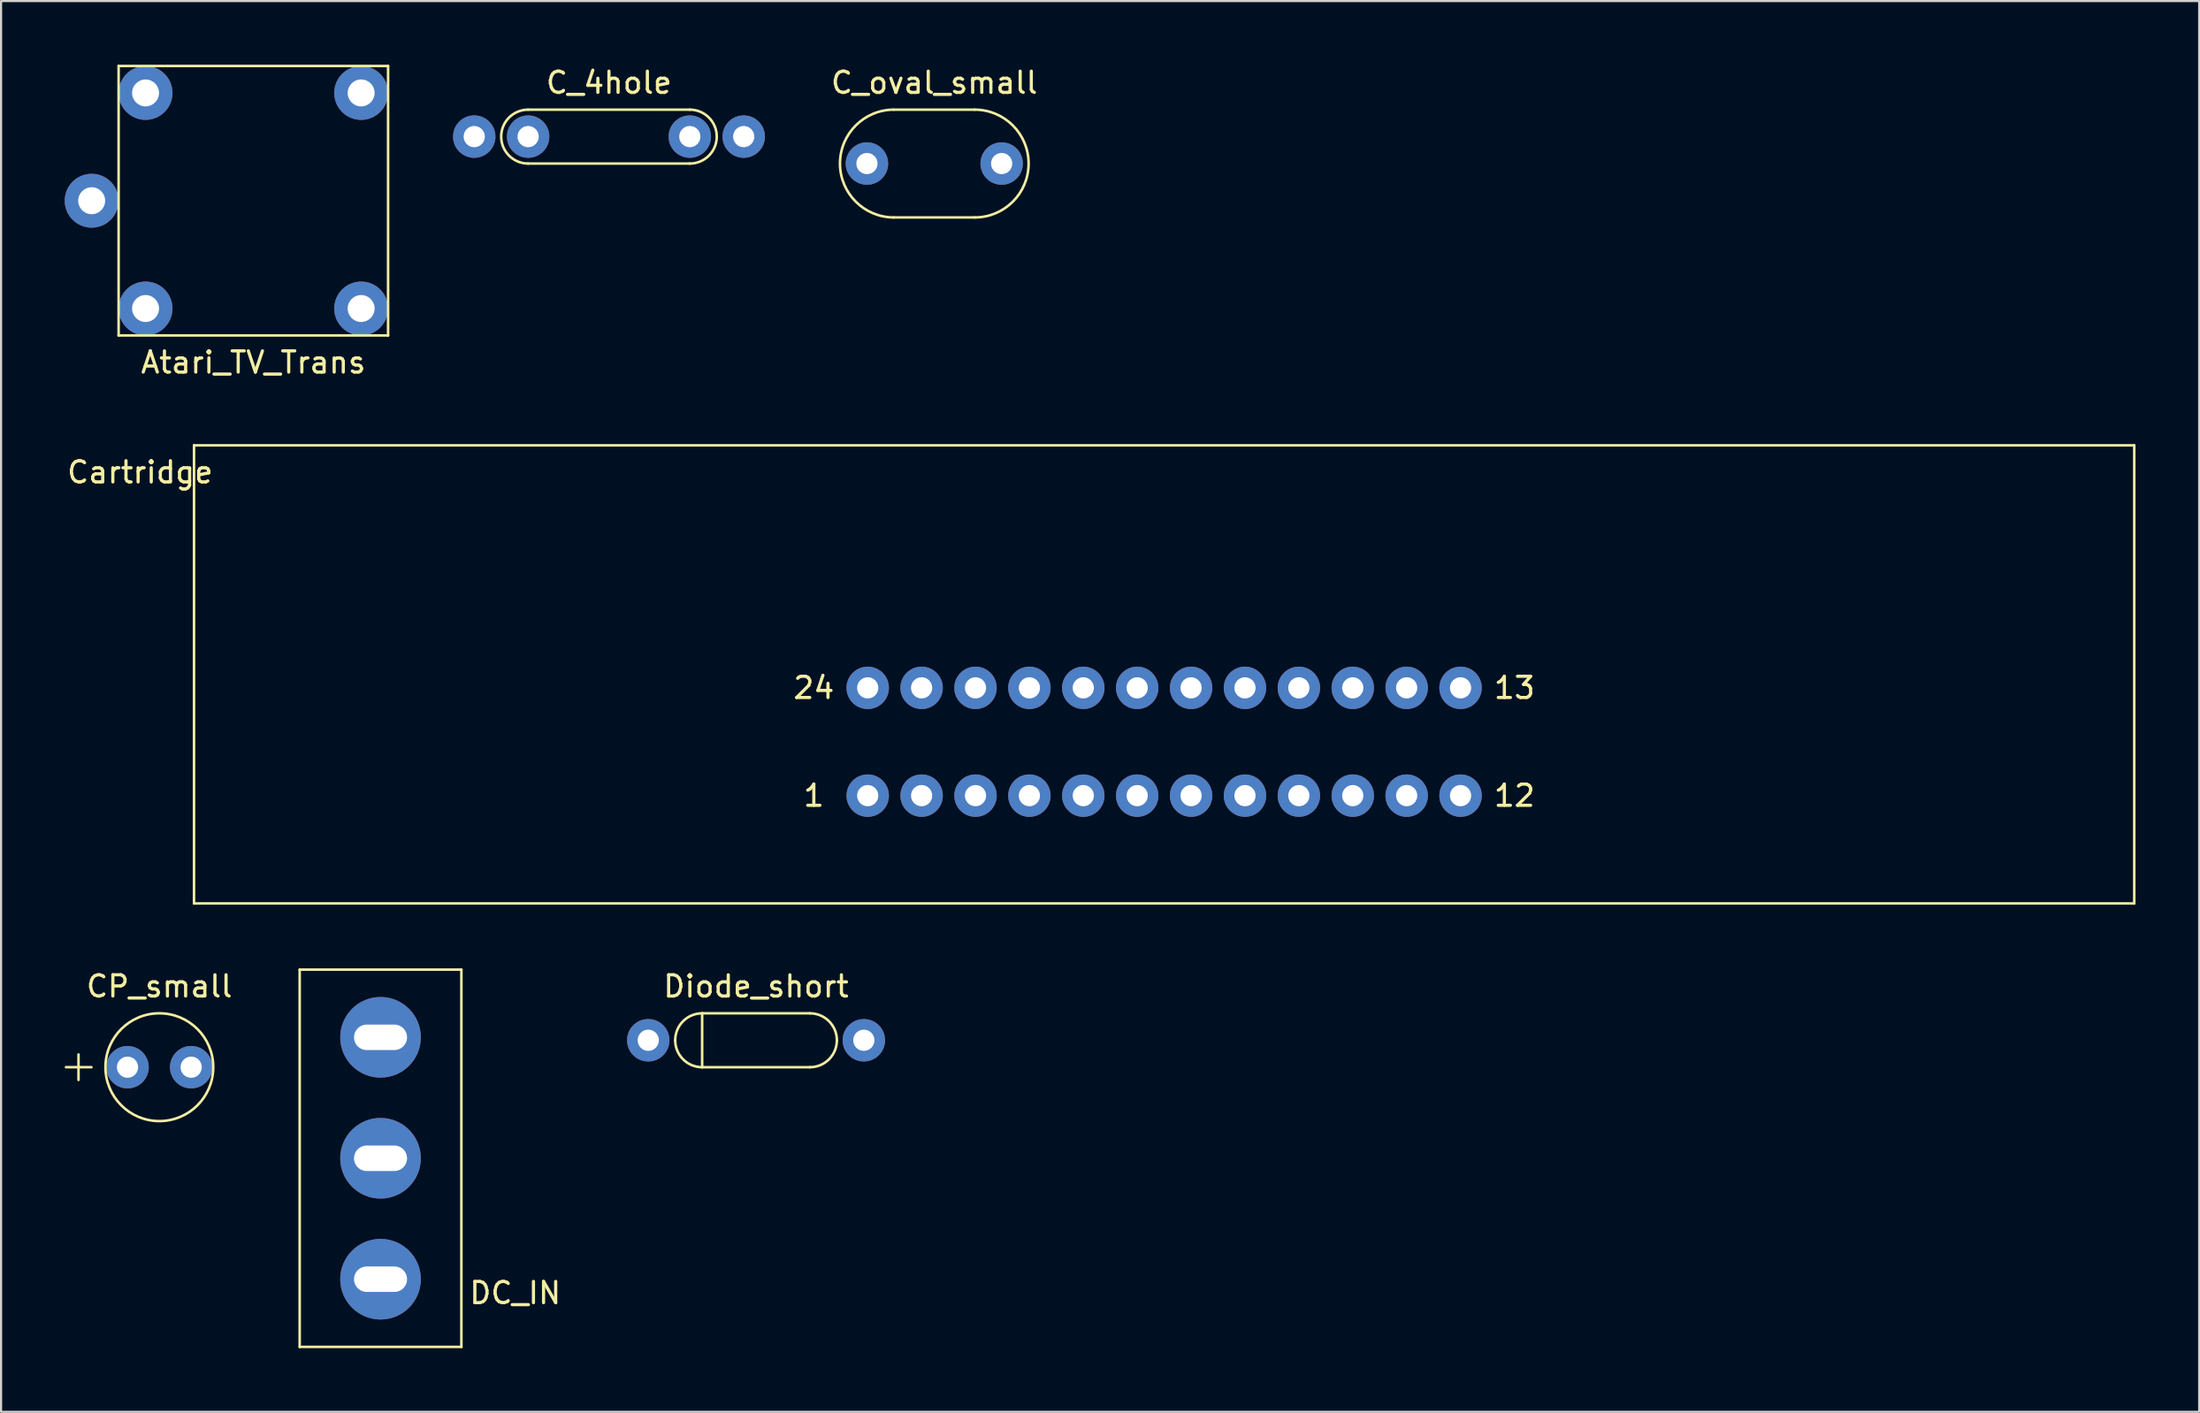
<source format=kicad_pcb>
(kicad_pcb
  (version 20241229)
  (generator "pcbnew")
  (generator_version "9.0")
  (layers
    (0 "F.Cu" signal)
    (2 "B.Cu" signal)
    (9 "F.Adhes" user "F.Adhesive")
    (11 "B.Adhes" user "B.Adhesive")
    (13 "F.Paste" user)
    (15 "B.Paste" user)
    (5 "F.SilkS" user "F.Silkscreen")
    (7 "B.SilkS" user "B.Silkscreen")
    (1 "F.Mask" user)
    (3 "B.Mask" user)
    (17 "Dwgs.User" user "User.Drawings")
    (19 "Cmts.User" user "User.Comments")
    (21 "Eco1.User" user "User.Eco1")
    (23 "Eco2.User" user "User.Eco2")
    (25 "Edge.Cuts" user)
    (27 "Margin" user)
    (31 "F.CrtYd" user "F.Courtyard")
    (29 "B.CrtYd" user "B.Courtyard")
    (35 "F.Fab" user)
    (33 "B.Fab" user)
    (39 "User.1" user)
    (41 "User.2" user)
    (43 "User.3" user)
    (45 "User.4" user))
  (footprint "Cartridge"
    (layer "F.Cu")
    (at 51.814 31.908)
    (property "Reference" "Cartridge" (at -48.26 -12.7 0) (layer "F.SilkS") (effects (font (size 1 1) (thickness 0.15))))
    (attr through_hole)
    (fp_line (start -45.72 -13.97) (end -45.72 7.62) (stroke (width 0.12) (type solid)) (layer "F.SilkS"))
    (fp_line (start -45.72 7.62) (end 45.72 7.62) (stroke (width 0.12) (type solid)) (layer "F.SilkS"))
    (fp_line (start 45.72 -13.97) (end -45.72 -13.97) (stroke (width 0.12) (type solid)) (layer "F.SilkS"))
    (fp_line (start 45.72 7.62) (end 45.72 -13.97) (stroke (width 0.12) (type solid)) (layer "F.SilkS"))
    (fp_text user "24" (at -16.51 -2.54 0) (layer "F.SilkS") (effects (font (size 1 1) (thickness 0.15))))
    (fp_text user "12" (at 16.51 2.54 0) (layer "F.SilkS") (effects (font (size 1 1) (thickness 0.15))))
    (fp_text user "13" (at 16.51 -2.54 0) (layer "F.SilkS") (effects (font (size 1 1) (thickness 0.15))))
    (fp_text user "1" (at -16.51 2.54 0) (layer "F.SilkS") (effects (font (size 1 1) (thickness 0.15))))
    (pad "1" thru_hole circle (at -13.97 2.54) (size 2 2) (drill 1) (layers "*.Cu" "*.Mask"))
    (pad "2" thru_hole circle (at -11.43 2.54) (size 2 2) (drill 1) (layers "*.Cu" "*.Mask"))
    (pad "3" thru_hole circle (at -8.89 2.54) (size 2 2) (drill 1) (layers "*.Cu" "*.Mask"))
    (pad "4" thru_hole circle (at -6.35 2.54) (size 2 2) (drill 1) (layers "*.Cu" "*.Mask"))
    (pad "5" thru_hole circle (at -3.81 2.54) (size 2 2) (drill 1) (layers "*.Cu" "*.Mask"))
    (pad "6" thru_hole circle (at -1.27 2.54) (size 2 2) (drill 1) (layers "*.Cu" "*.Mask"))
    (pad "7" thru_hole circle (at 1.27 2.54) (size 2 2) (drill 1) (layers "*.Cu" "*.Mask"))
    (pad "8" thru_hole circle (at 3.81 2.54) (size 2 2) (drill 1) (layers "*.Cu" "*.Mask"))
    (pad "9" thru_hole circle (at 6.35 2.54) (size 2 2) (drill 1) (layers "*.Cu" "*.Mask"))
    (pad "10" thru_hole circle (at 8.89 2.54) (size 2 2) (drill 1) (layers "*.Cu" "*.Mask"))
    (pad "11" thru_hole circle (at 11.43 2.54) (size 2 2) (drill 1) (layers "*.Cu" "*.Mask"))
    (pad "12" thru_hole circle (at 13.97 2.54) (size 2 2) (drill 1) (layers "*.Cu" "*.Mask"))
    (pad "13" thru_hole circle (at 13.97 -2.54) (size 2 2) (drill 1) (layers "*.Cu" "*.Mask"))
    (pad "14" thru_hole circle (at 11.43 -2.54) (size 2 2) (drill 1) (layers "*.Cu" "*.Mask"))
    (pad "15" thru_hole circle (at 8.89 -2.54) (size 2 2) (drill 1) (layers "*.Cu" "*.Mask"))
    (pad "16" thru_hole circle (at 6.35 -2.54) (size 2 2) (drill 1) (layers "*.Cu" "*.Mask"))
    (pad "17" thru_hole circle (at 3.81 -2.54) (size 2 2) (drill 1) (layers "*.Cu" "*.Mask"))
    (pad "18" thru_hole circle (at 1.27 -2.54) (size 2 2) (drill 1) (layers "*.Cu" "*.Mask"))
    (pad "19" thru_hole circle (at -1.27 -2.54) (size 2 2) (drill 1) (layers "*.Cu" "*.Mask"))
    (pad "20" thru_hole circle (at -3.81 -2.54) (size 2 2) (drill 1) (layers "*.Cu" "*.Mask"))
    (pad "21" thru_hole circle (at -6.35 -2.54) (size 2 2) (drill 1) (layers "*.Cu" "*.Mask"))
    (pad "22" thru_hole circle (at -8.89 -2.54) (size 2 2) (drill 1) (layers "*.Cu" "*.Mask"))
    (pad "23" thru_hole circle (at -11.43 -2.54) (size 2 2) (drill 1) (layers "*.Cu" "*.Mask"))
    (pad "24" thru_hole circle (at -13.97 -2.54) (size 2 2) (drill 1) (layers "*.Cu" "*.Mask")))
  (footprint "Atari_TV_Trans"
    (layer "F.Cu")
    (at 8.89 6.41)
    (property "Reference" "Atari_TV_Trans" (at 0 7.62 0) (layer "F.SilkS") (effects (font (size 1 1) (thickness 0.15))))
    (attr through_hole)
    (fp_line (start -6.35 -6.35) (end -6.35 6.35) (stroke (width 0.12) (type solid)) (layer "F.SilkS"))
    (fp_line (start -6.35 6.35) (end 6.35 6.35) (stroke (width 0.12) (type solid)) (layer "F.SilkS"))
    (fp_line (start 6.35 -6.35) (end -6.35 -6.35) (stroke (width 0.12) (type solid)) (layer "F.SilkS"))
    (fp_line (start 6.35 6.35) (end 6.35 -6.35) (stroke (width 0.12) (type solid)) (layer "F.SilkS"))
    (pad "1" thru_hole circle (at 5.08 5.08) (size 2.54 2.54) (drill 1.27) (layers "*.Cu" "*.Mask"))
    (pad "2" thru_hole circle (at -5.08 5.08) (size 2.54 2.54) (drill 1.27) (layers "*.Cu" "*.Mask"))
    (pad "3" thru_hole circle (at -7.62 0) (size 2.54 2.54) (drill 1.27) (layers "*.Cu" "*.Mask"))
    (pad "4" thru_hole circle (at -5.08 -5.08) (size 2.54 2.54) (drill 1.27) (layers "*.Cu" "*.Mask"))
    (pad "5" thru_hole circle (at 5.08 -5.08) (size 2.54 2.54) (drill 1.27) (layers "*.Cu" "*.Mask")))
  (footprint "DC_IN"
    (layer "F.Cu")
    (at 14.884 51.538)
    (property "Reference" "DC_IN" (at 6.35 6.35 0) (layer "F.SilkS") (effects (font (size 1 1) (thickness 0.15))))
    (attr through_hole)
    (fp_line (start -3.81 -8.89) (end -3.81 8.89) (stroke (width 0.12) (type solid)) (layer "F.SilkS"))
    (fp_line (start -3.81 8.89) (end 3.81 8.89) (stroke (width 0.12) (type solid)) (layer "F.SilkS"))
    (fp_line (start 3.81 -8.89) (end -3.81 -8.89) (stroke (width 0.12) (type solid)) (layer "F.SilkS"))
    (fp_line (start 3.81 8.89) (end 3.81 -8.89) (stroke (width 0.12) (type solid)) (layer "F.SilkS"))
    (pad "G" thru_hole circle (at 0 -5.7) (size 3.8 3.8) (drill oval 2.5 1.2) (layers "*.Cu" "*.Mask"))
    (pad "S" thru_hole circle (at 0 5.7) (size 3.8 3.8) (drill oval 2.5 1.2) (layers "*.Cu" "*.Mask"))
    (pad "T" thru_hole circle (at 0 0) (size 3.8 3.8) (drill oval 2.5 1.2) (layers "*.Cu" "*.Mask")))
  (footprint "Diode_short"
    (layer "F.Cu")
    (at 32.581 45.977)
    (property "Reference" "Diode_short" (at 0 -2.54 0) (layer "F.SilkS") (effects (font (size 1 1) (thickness 0.15))))
    (attr through_hole)
    (fp_line (start -3.81 0) (end -3.81 0) (stroke (width 0.12) (type solid)) (layer "F.SilkS"))
    (fp_line (start -2.54 -1.27) (end 2.54 -1.27) (stroke (width 0.12) (type solid)) (layer "F.SilkS"))
    (fp_line (start -2.54 1.27) (end -2.54 -1.27) (stroke (width 0.12) (type solid)) (layer "F.SilkS"))
    (fp_line (start -2.54 1.27) (end 2.54 1.27) (stroke (width 0.12) (type solid)) (layer "F.SilkS"))
    (fp_line (start 3.81 0) (end 3.81 0) (stroke (width 0.12) (type solid)) (layer "F.SilkS"))
    (fp_arc (start -2.54 1.27) (mid -3.81 0) (end -2.54 -1.27) (stroke (width 0.12) (type solid)) (layer "F.SilkS"))
    (fp_arc (start 2.54 -1.27) (mid 3.81 0) (end 2.54 1.27) (stroke (width 0.12) (type solid)) (layer "F.SilkS"))
    (pad "1" thru_hole circle (at -5.08 0) (size 2 2) (drill 1) (layers "*.Cu" "*.Mask"))
    (pad "2" thru_hole circle (at 5.08 0) (size 2 2) (drill 1) (layers "*.Cu" "*.Mask")))
  (footprint "C_oval_small"
    (layer "F.Cu")
    (at 40.982 4.658)
    (property "Reference" "C_oval_small" (at 0 -3.81 0) (layer "F.SilkS") (effects (font (size 1 1) (thickness 0.15))))
    (attr through_hole)
    (fp_line (start -1.905 -2.54) (end 1.905 -2.54) (stroke (width 0.12) (type solid)) (layer "F.SilkS"))
    (fp_line (start -1.905 2.54) (end 1.905 2.54) (stroke (width 0.12) (type solid)) (layer "F.SilkS"))
    (fp_arc (start -1.905 2.54) (mid -4.445 0) (end -1.905 -2.54) (stroke (width 0.12) (type solid)) (layer "F.SilkS"))
    (fp_arc (start 1.905 -2.54) (mid 4.445 0) (end 1.905 2.54) (stroke (width 0.12) (type solid)) (layer "F.SilkS"))
    (pad "1" thru_hole circle (at -3.175 0) (size 2 2) (drill 1) (layers "*.Cu" "*.Mask"))
    (pad "2" thru_hole circle (at 3.175 0) (size 2 2) (drill 1) (layers "*.Cu" "*.Mask")))
  (footprint "C_4hole"
    (layer "F.Cu")
    (at 25.65 3.388)
    (property "Reference" "C_4hole" (at 0 -2.54 0) (layer "F.SilkS") (effects (font (size 1 1) (thickness 0.15))))
    (attr through_hole)
    (fp_line (start -3.81 -1.27) (end 3.81 -1.27) (stroke (width 0.12) (type solid)) (layer "F.SilkS"))
    (fp_line (start 3.81 1.27) (end -3.81 1.27) (stroke (width 0.12) (type solid)) (layer "F.SilkS"))
    (fp_arc (start -3.81 1.27) (mid -5.08 0) (end -3.81 -1.27) (stroke (width 0.12) (type solid)) (layer "F.SilkS"))
    (fp_arc (start 3.81 -1.27) (mid 5.08 0) (end 3.81 1.27) (stroke (width 0.12) (type solid)) (layer "F.SilkS"))
    (pad "1" thru_hole circle (at -6.35 0) (size 2 2) (drill 1) (layers "*.Cu" "*.Mask"))
    (pad "1" thru_hole circle (at -3.81 0) (size 2 2) (drill 1) (layers "*.Cu" "*.Mask"))
    (pad "2" thru_hole circle (at 3.81 0) (size 2 2) (drill 1) (layers "*.Cu" "*.Mask"))
    (pad "2" thru_hole circle (at 6.35 0) (size 2 2) (drill 1) (layers "*.Cu" "*.Mask")))
  (footprint "CP_small"
    (layer "F.Cu")
    (at 4.46 47.246)
    (property "Reference" "CP_small" (at 0 -3.81 0) (layer "F.SilkS") (effects (font (size 1 1) (thickness 0.15))))
    (attr through_hole)
    (fp_line (start -4.4 0) (end -3.2 0) (stroke (width 0.12) (type solid)) (layer "F.SilkS"))
    (fp_line (start -3.81 -0.6) (end -3.81 0.6) (stroke (width 0.12) (type solid)) (layer "F.SilkS"))
    (fp_circle (center 0 0) (end 2.54 0) (stroke (width 0.12) (type solid)) (fill no) (layer "F.SilkS"))
    (pad "1" thru_hole circle (at -1.5 0) (size 2 2) (drill 1) (layers "*.Cu" "*.Mask"))
    (pad "2" thru_hole circle (at 1.5 0) (size 2 2) (drill 1) (layers "*.Cu" "*.Mask")))
  (gr_rect
    (start -3 -3)
    (end 100.594 63.488)
    (stroke (width 0.1) (type default))
    (fill no)
    (layer "Edge.Cuts")))
</source>
